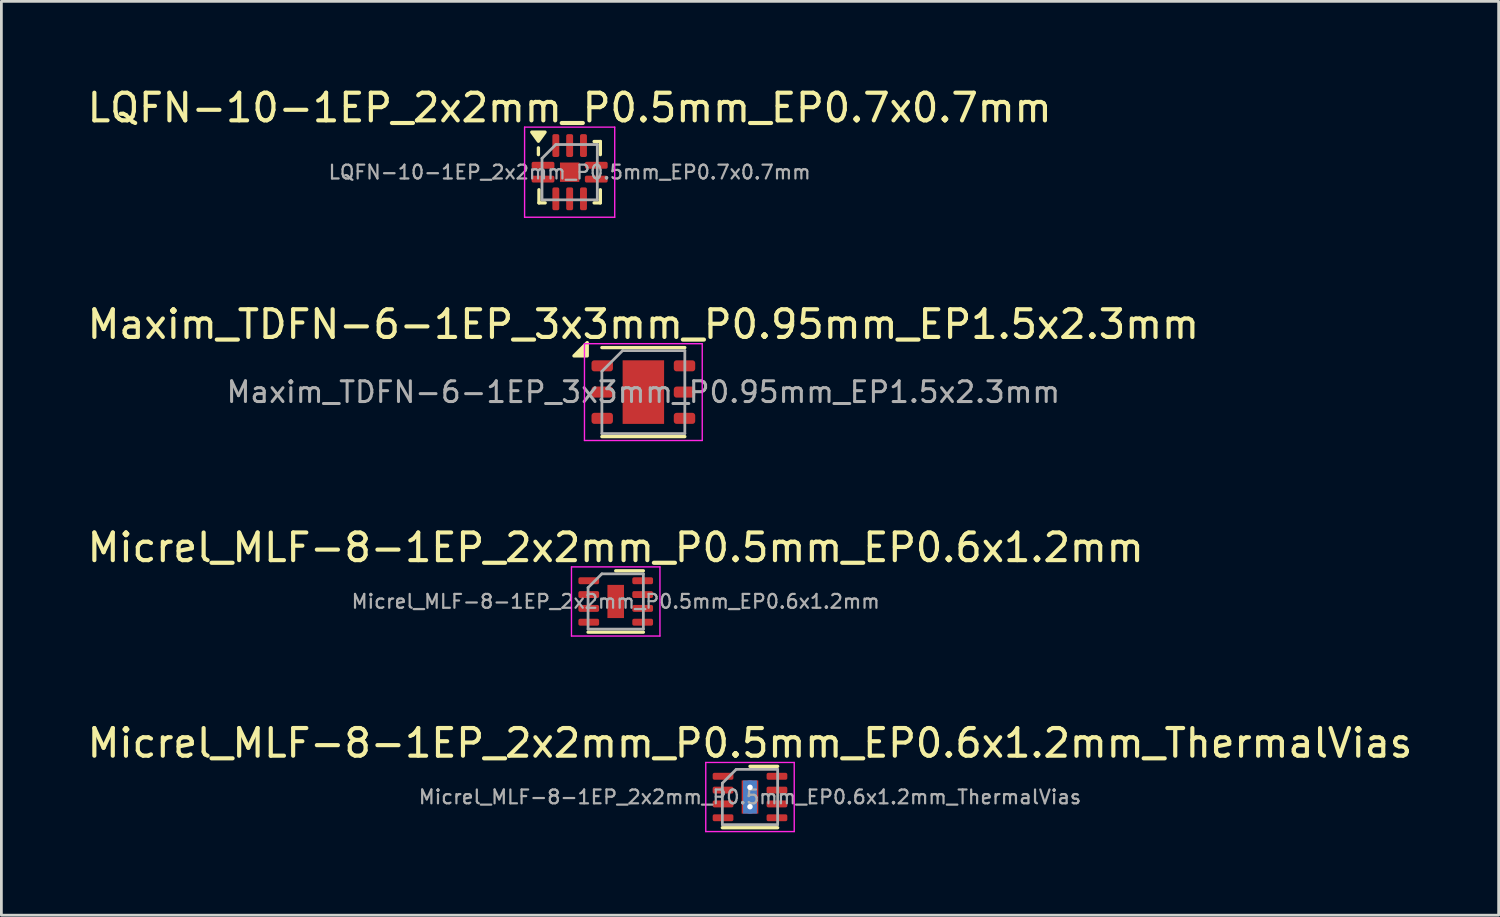
<source format=kicad_pcb>
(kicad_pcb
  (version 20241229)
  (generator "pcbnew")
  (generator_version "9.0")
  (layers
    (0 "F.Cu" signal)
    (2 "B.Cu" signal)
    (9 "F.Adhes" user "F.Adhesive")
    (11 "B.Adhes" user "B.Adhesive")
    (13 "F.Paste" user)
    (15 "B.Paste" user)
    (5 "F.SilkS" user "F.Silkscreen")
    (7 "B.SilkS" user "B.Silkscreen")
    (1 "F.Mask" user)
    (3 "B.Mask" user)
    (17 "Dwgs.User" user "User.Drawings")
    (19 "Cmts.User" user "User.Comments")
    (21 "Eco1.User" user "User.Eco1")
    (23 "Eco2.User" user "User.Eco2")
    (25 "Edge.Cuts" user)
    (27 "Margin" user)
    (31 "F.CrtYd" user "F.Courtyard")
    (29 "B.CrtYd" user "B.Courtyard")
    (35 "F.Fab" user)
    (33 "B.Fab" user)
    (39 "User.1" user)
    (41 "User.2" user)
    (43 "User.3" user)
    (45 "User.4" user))
  (footprint "Micrel_MLF-8-1EP_2x2mm_P0.5mm_EP0.6x1.2mm_ThermalVias"
    (layer "F.Cu")
    (at 24.077 25.778)
    (property "Reference" "Micrel_MLF-8-1EP_2x2mm_P0.5mm_EP0.6x1.2mm_ThermalVias" (at 0 -1.95 0) (layer "F.SilkS") (effects (font (size 1 1) (thickness 0.15))))
    (attr smd)
    (fp_line (start -1 1.11) (end 1 1.11) (stroke (width 0.12) (type solid)) (layer "F.SilkS"))
    (fp_line (start 0 -1.11) (end 1 -1.11) (stroke (width 0.12) (type solid)) (layer "F.SilkS"))
    (fp_line (start -1.6 -1.25) (end -1.6 1.25) (stroke (width 0.05) (type solid)) (layer "F.CrtYd"))
    (fp_line (start -1.6 1.25) (end 1.6 1.25) (stroke (width 0.05) (type solid)) (layer "F.CrtYd"))
    (fp_line (start 1.6 -1.25) (end -1.6 -1.25) (stroke (width 0.05) (type solid)) (layer "F.CrtYd"))
    (fp_line (start 1.6 1.25) (end 1.6 -1.25) (stroke (width 0.05) (type solid)) (layer "F.CrtYd"))
    (fp_line (start -1 -0.5) (end -0.5 -1) (stroke (width 0.1) (type solid)) (layer "F.Fab"))
    (fp_line (start -1 1) (end -1 -0.5) (stroke (width 0.1) (type solid)) (layer "F.Fab"))
    (fp_line (start -0.5 -1) (end 1 -1) (stroke (width 0.1) (type solid)) (layer "F.Fab"))
    (fp_line (start 1 -1) (end 1 1) (stroke (width 0.1) (type solid)) (layer "F.Fab"))
    (fp_line (start 1 1) (end -1 1) (stroke (width 0.1) (type solid)) (layer "F.Fab"))
    (fp_text user "${REFERENCE}" (at 0 0 0) (layer "F.Fab") (effects (font (size 0.5 0.5) (thickness 0.08))))
    (pad "" smd roundrect (at -0.15 -0.3) (size 0.24 0.48) (layers "F.Paste") (roundrect_rratio 0.25))
    (pad "" smd roundrect (at -0.15 0.3) (size 0.24 0.48) (layers "F.Paste") (roundrect_rratio 0.25))
    (pad "" smd roundrect (at 0.15 -0.3) (size 0.24 0.48) (layers "F.Paste") (roundrect_rratio 0.25))
    (pad "" smd roundrect (at 0.15 0.3) (size 0.24 0.48) (layers "F.Paste") (roundrect_rratio 0.25))
    (pad "1" smd roundrect (at -0.975 -0.75) (size 0.75 0.25) (layers "F.Cu" "F.Mask" "F.Paste") (roundrect_rratio 0.25))
    (pad "2" smd roundrect (at -0.975 -0.25) (size 0.75 0.25) (layers "F.Cu" "F.Mask" "F.Paste") (roundrect_rratio 0.25))
    (pad "3" smd roundrect (at -0.975 0.25) (size 0.75 0.25) (layers "F.Cu" "F.Mask" "F.Paste") (roundrect_rratio 0.25))
    (pad "4" smd roundrect (at -0.975 0.75) (size 0.75 0.25) (layers "F.Cu" "F.Mask" "F.Paste") (roundrect_rratio 0.25))
    (pad "5" smd roundrect (at 0.975 0.75) (size 0.75 0.25) (layers "F.Cu" "F.Mask" "F.Paste") (roundrect_rratio 0.25))
    (pad "6" smd roundrect (at 0.975 0.25) (size 0.75 0.25) (layers "F.Cu" "F.Mask" "F.Paste") (roundrect_rratio 0.25))
    (pad "7" smd roundrect (at 0.975 -0.25) (size 0.75 0.25) (layers "F.Cu" "F.Mask" "F.Paste") (roundrect_rratio 0.25))
    (pad "8" smd roundrect (at 0.975 -0.75) (size 0.75 0.25) (layers "F.Cu" "F.Mask" "F.Paste") (roundrect_rratio 0.25))
    (pad "9" thru_hole circle (at 0 -0.35) (size 0.5 0.5) (drill 0.2) (layers "*.Cu"))
    (pad "9" smd rect (at 0 0) (size 0.5 1.2) (layers "B.Cu"))
    (pad "9" smd rect (at 0 0) (size 0.6 1.2) (layers "F.Cu" "F.Mask"))
    (pad "9" thru_hole circle (at 0 0.35) (size 0.5 0.5) (drill 0.2) (layers "*.Cu")))
  (footprint "Micrel_MLF-8-1EP_2x2mm_P0.5mm_EP0.6x1.2mm"
    (layer "F.Cu")
    (at 19.22 18.705)
    (property "Reference" "Micrel_MLF-8-1EP_2x2mm_P0.5mm_EP0.6x1.2mm" (at 0 -1.95 0) (layer "F.SilkS") (effects (font (size 1 1) (thickness 0.15))))
    (attr smd)
    (fp_line (start -1 1.11) (end 1 1.11) (stroke (width 0.12) (type solid)) (layer "F.SilkS"))
    (fp_line (start 0 -1.11) (end 1 -1.11) (stroke (width 0.12) (type solid)) (layer "F.SilkS"))
    (fp_line (start -1.6 -1.25) (end -1.6 1.25) (stroke (width 0.05) (type solid)) (layer "F.CrtYd"))
    (fp_line (start -1.6 1.25) (end 1.6 1.25) (stroke (width 0.05) (type solid)) (layer "F.CrtYd"))
    (fp_line (start 1.6 -1.25) (end -1.6 -1.25) (stroke (width 0.05) (type solid)) (layer "F.CrtYd"))
    (fp_line (start 1.6 1.25) (end 1.6 -1.25) (stroke (width 0.05) (type solid)) (layer "F.CrtYd"))
    (fp_line (start -1 -0.5) (end -0.5 -1) (stroke (width 0.1) (type solid)) (layer "F.Fab"))
    (fp_line (start -1 1) (end -1 -0.5) (stroke (width 0.1) (type solid)) (layer "F.Fab"))
    (fp_line (start -0.5 -1) (end 1 -1) (stroke (width 0.1) (type solid)) (layer "F.Fab"))
    (fp_line (start 1 -1) (end 1 1) (stroke (width 0.1) (type solid)) (layer "F.Fab"))
    (fp_line (start 1 1) (end -1 1) (stroke (width 0.1) (type solid)) (layer "F.Fab"))
    (fp_text user "${REFERENCE}" (at 0 0 0) (layer "F.Fab") (effects (font (size 0.5 0.5) (thickness 0.08))))
    (pad "" smd roundrect (at 0 -0.3) (size 0.48 0.48) (layers "F.Paste") (roundrect_rratio 0.25))
    (pad "" smd roundrect (at 0 0.3) (size 0.48 0.48) (layers "F.Paste") (roundrect_rratio 0.25))
    (pad "1" smd roundrect (at -0.975 -0.75) (size 0.75 0.25) (layers "F.Cu" "F.Mask" "F.Paste") (roundrect_rratio 0.25))
    (pad "2" smd roundrect (at -0.975 -0.25) (size 0.75 0.25) (layers "F.Cu" "F.Mask" "F.Paste") (roundrect_rratio 0.25))
    (pad "3" smd roundrect (at -0.975 0.25) (size 0.75 0.25) (layers "F.Cu" "F.Mask" "F.Paste") (roundrect_rratio 0.25))
    (pad "4" smd roundrect (at -0.975 0.75) (size 0.75 0.25) (layers "F.Cu" "F.Mask" "F.Paste") (roundrect_rratio 0.25))
    (pad "5" smd roundrect (at 0.975 0.75) (size 0.75 0.25) (layers "F.Cu" "F.Mask" "F.Paste") (roundrect_rratio 0.25))
    (pad "6" smd roundrect (at 0.975 0.25) (size 0.75 0.25) (layers "F.Cu" "F.Mask" "F.Paste") (roundrect_rratio 0.25))
    (pad "7" smd roundrect (at 0.975 -0.25) (size 0.75 0.25) (layers "F.Cu" "F.Mask" "F.Paste") (roundrect_rratio 0.25))
    (pad "8" smd roundrect (at 0.975 -0.75) (size 0.75 0.25) (layers "F.Cu" "F.Mask" "F.Paste") (roundrect_rratio 0.25))
    (pad "9" smd rect (at 0 0) (size 0.6 1.2) (layers "F.Cu" "F.Mask")))
  (footprint "Maxim_TDFN-6-1EP_3x3mm_P0.95mm_EP1.5x2.3mm"
    (layer "F.Cu")
    (at 20.22 11.132)
    (property "Reference" "Maxim_TDFN-6-1EP_3x3mm_P0.95mm_EP1.5x2.3mm" (at 0 -2.45 0) (layer "F.SilkS") (effects (font (size 1 1) (thickness 0.15))))
    (attr smd)
    (fp_line (start -1.5 -1.61) (end 1.5 -1.61) (stroke (width 0.12) (type solid)) (layer "F.SilkS"))
    (fp_line (start -1.5 1.61) (end 1.5 1.61) (stroke (width 0.12) (type solid)) (layer "F.SilkS"))
    (fp_poly (pts (xy -2.03 -1.31) (xy -2.51 -1.31) (xy -2.03 -1.79) (xy -2.03 -1.31)) (stroke (width 0.12) (type solid)) (fill yes) (layer "F.SilkS"))
    (fp_line (start -2.13 -1.75) (end -2.13 1.75) (stroke (width 0.05) (type solid)) (layer "F.CrtYd"))
    (fp_line (start -2.13 1.75) (end 2.13 1.75) (stroke (width 0.05) (type solid)) (layer "F.CrtYd"))
    (fp_line (start 2.13 -1.75) (end -2.13 -1.75) (stroke (width 0.05) (type solid)) (layer "F.CrtYd"))
    (fp_line (start 2.13 1.75) (end 2.13 -1.75) (stroke (width 0.05) (type solid)) (layer "F.CrtYd"))
    (fp_line (start -1.5 -0.75) (end -0.75 -1.5) (stroke (width 0.1) (type solid)) (layer "F.Fab"))
    (fp_line (start -1.5 1.5) (end -1.5 -0.75) (stroke (width 0.1) (type solid)) (layer "F.Fab"))
    (fp_line (start -0.75 -1.5) (end 1.5 -1.5) (stroke (width 0.1) (type solid)) (layer "F.Fab"))
    (fp_line (start 1.5 -1.5) (end 1.5 1.5) (stroke (width 0.1) (type solid)) (layer "F.Fab"))
    (fp_line (start 1.5 1.5) (end -1.5 1.5) (stroke (width 0.1) (type solid)) (layer "F.Fab"))
    (fp_text user "${REFERENCE}" (at 0 0 0) (layer "F.Fab") (effects (font (size 0.75 0.75) (thickness 0.11))))
    (pad "" smd roundrect (at -0.375 -0.575) (size 0.6 0.93) (layers "F.Paste") (roundrect_rratio 0.25))
    (pad "" smd roundrect (at -0.375 0.575) (size 0.6 0.93) (layers "F.Paste") (roundrect_rratio 0.25))
    (pad "" smd roundrect (at 0.375 -0.575) (size 0.6 0.93) (layers "F.Paste") (roundrect_rratio 0.25))
    (pad "" smd roundrect (at 0.375 0.575) (size 0.6 0.93) (layers "F.Paste") (roundrect_rratio 0.25))
    (pad "1" smd roundrect (at -1.488 -0.95) (size 0.775 0.4) (layers "F.Cu" "F.Mask" "F.Paste") (roundrect_rratio 0.25))
    (pad "2" smd roundrect (at -1.488 0) (size 0.775 0.4) (layers "F.Cu" "F.Mask" "F.Paste") (roundrect_rratio 0.25))
    (pad "3" smd roundrect (at -1.488 0.95) (size 0.775 0.4) (layers "F.Cu" "F.Mask" "F.Paste") (roundrect_rratio 0.25))
    (pad "4" smd roundrect (at 1.488 0.95) (size 0.775 0.4) (layers "F.Cu" "F.Mask" "F.Paste") (roundrect_rratio 0.25))
    (pad "5" smd roundrect (at 1.488 0) (size 0.775 0.4) (layers "F.Cu" "F.Mask" "F.Paste") (roundrect_rratio 0.25))
    (pad "6" smd roundrect (at 1.488 -0.95) (size 0.775 0.4) (layers "F.Cu" "F.Mask" "F.Paste") (roundrect_rratio 0.25))
    (pad "7" smd rect (at 0 0) (size 1.5 2.3) (property pad_prop_heatsink) (layers "F.Cu" "F.Mask")))
  (footprint "LQFN-10-1EP_2x2mm_P0.5mm_EP0.7x0.7mm"
    (layer "F.Cu")
    (at 17.554 3.178)
    (property "Reference" "LQFN-10-1EP_2x2mm_P0.5mm_EP0.7x0.7mm" (at 0 -2.33 0) (layer "F.SilkS") (effects (font (size 1 1) (thickness 0.15))))
    (attr smd)
    (fp_line (start -1.13 -0.635) (end -1.13 -0.88) (stroke (width 0.12) (type solid)) (layer "F.SilkS"))
    (fp_line (start -1.11 1.11) (end -1.11 0.635) (stroke (width 0.12) (type solid)) (layer "F.SilkS"))
    (fp_line (start -0.885 1.11) (end -1.11 1.11) (stroke (width 0.12) (type solid)) (layer "F.SilkS"))
    (fp_line (start 0.885 -1.11) (end 1.11 -1.11) (stroke (width 0.12) (type solid)) (layer "F.SilkS"))
    (fp_line (start 0.885 1.11) (end 1.11 1.11) (stroke (width 0.12) (type solid)) (layer "F.SilkS"))
    (fp_line (start 1.11 -1.11) (end 1.11 -0.635) (stroke (width 0.12) (type solid)) (layer "F.SilkS"))
    (fp_line (start 1.11 1.11) (end 1.11 0.635) (stroke (width 0.12) (type solid)) (layer "F.SilkS"))
    (fp_poly (pts (xy -1.13 -1.12) (xy -1.37 -1.45) (xy -0.89 -1.45) (xy -1.13 -1.12)) (stroke (width 0.12) (type solid)) (fill yes) (layer "F.SilkS"))
    (fp_line (start -1.63 -1.63) (end -1.63 1.63) (stroke (width 0.05) (type solid)) (layer "F.CrtYd"))
    (fp_line (start -1.63 1.63) (end 1.63 1.63) (stroke (width 0.05) (type solid)) (layer "F.CrtYd"))
    (fp_line (start 1.63 -1.63) (end -1.63 -1.63) (stroke (width 0.05) (type solid)) (layer "F.CrtYd"))
    (fp_line (start 1.63 1.63) (end 1.63 -1.63) (stroke (width 0.05) (type solid)) (layer "F.CrtYd"))
    (fp_line (start -1 -0.5) (end -0.5 -1) (stroke (width 0.1) (type solid)) (layer "F.Fab"))
    (fp_line (start -1 1) (end -1 -0.5) (stroke (width 0.1) (type solid)) (layer "F.Fab"))
    (fp_line (start -0.5 -1) (end 1 -1) (stroke (width 0.1) (type solid)) (layer "F.Fab"))
    (fp_line (start 1 -1) (end 1 1) (stroke (width 0.1) (type solid)) (layer "F.Fab"))
    (fp_line (start 1 1) (end -1 1) (stroke (width 0.1) (type solid)) (layer "F.Fab"))
    (fp_text user "${REFERENCE}" (at 0 0 0) (layer "F.Fab") (effects (font (size 0.5 0.5) (thickness 0.08))))
    (pad "" smd roundrect (at 0 0) (size 0.56 0.56) (layers "F.Paste") (roundrect_rratio 0.25))
    (pad "1" smd roundrect (at -0.963 -0.25) (size 0.825 0.25) (layers "F.Cu" "F.Mask" "F.Paste") (roundrect_rratio 0.25))
    (pad "2" smd roundrect (at -0.963 0.25) (size 0.825 0.25) (layers "F.Cu" "F.Mask" "F.Paste") (roundrect_rratio 0.25))
    (pad "3" smd roundrect (at -0.5 0.963) (size 0.25 0.825) (layers "F.Cu" "F.Mask" "F.Paste") (roundrect_rratio 0.25))
    (pad "4" smd roundrect (at 0 0.963) (size 0.25 0.825) (layers "F.Cu" "F.Mask" "F.Paste") (roundrect_rratio 0.25))
    (pad "5" smd roundrect (at 0.5 0.963) (size 0.25 0.825) (layers "F.Cu" "F.Mask" "F.Paste") (roundrect_rratio 0.25))
    (pad "6" smd roundrect (at 0.963 0.25) (size 0.825 0.25) (layers "F.Cu" "F.Mask" "F.Paste") (roundrect_rratio 0.25))
    (pad "7" smd roundrect (at 0.963 -0.25) (size 0.825 0.25) (layers "F.Cu" "F.Mask" "F.Paste") (roundrect_rratio 0.25))
    (pad "8" smd roundrect (at 0.5 -0.963) (size 0.25 0.825) (layers "F.Cu" "F.Mask" "F.Paste") (roundrect_rratio 0.25))
    (pad "9" smd roundrect (at 0 -0.963) (size 0.25 0.825) (layers "F.Cu" "F.Mask" "F.Paste") (roundrect_rratio 0.25))
    (pad "10" smd roundrect (at -0.5 -0.963) (size 0.25 0.825) (layers "F.Cu" "F.Mask" "F.Paste") (roundrect_rratio 0.25))
    (pad "11" smd rect (at 0 0) (size 0.7 0.7) (property pad_prop_heatsink) (layers "F.Cu" "F.Mask")))
  (gr_rect
    (start -3 -3)
    (end 51.155 30.053)
    (stroke (width 0.1) (type default))
    (fill no)
    (layer "Edge.Cuts")))
</source>
